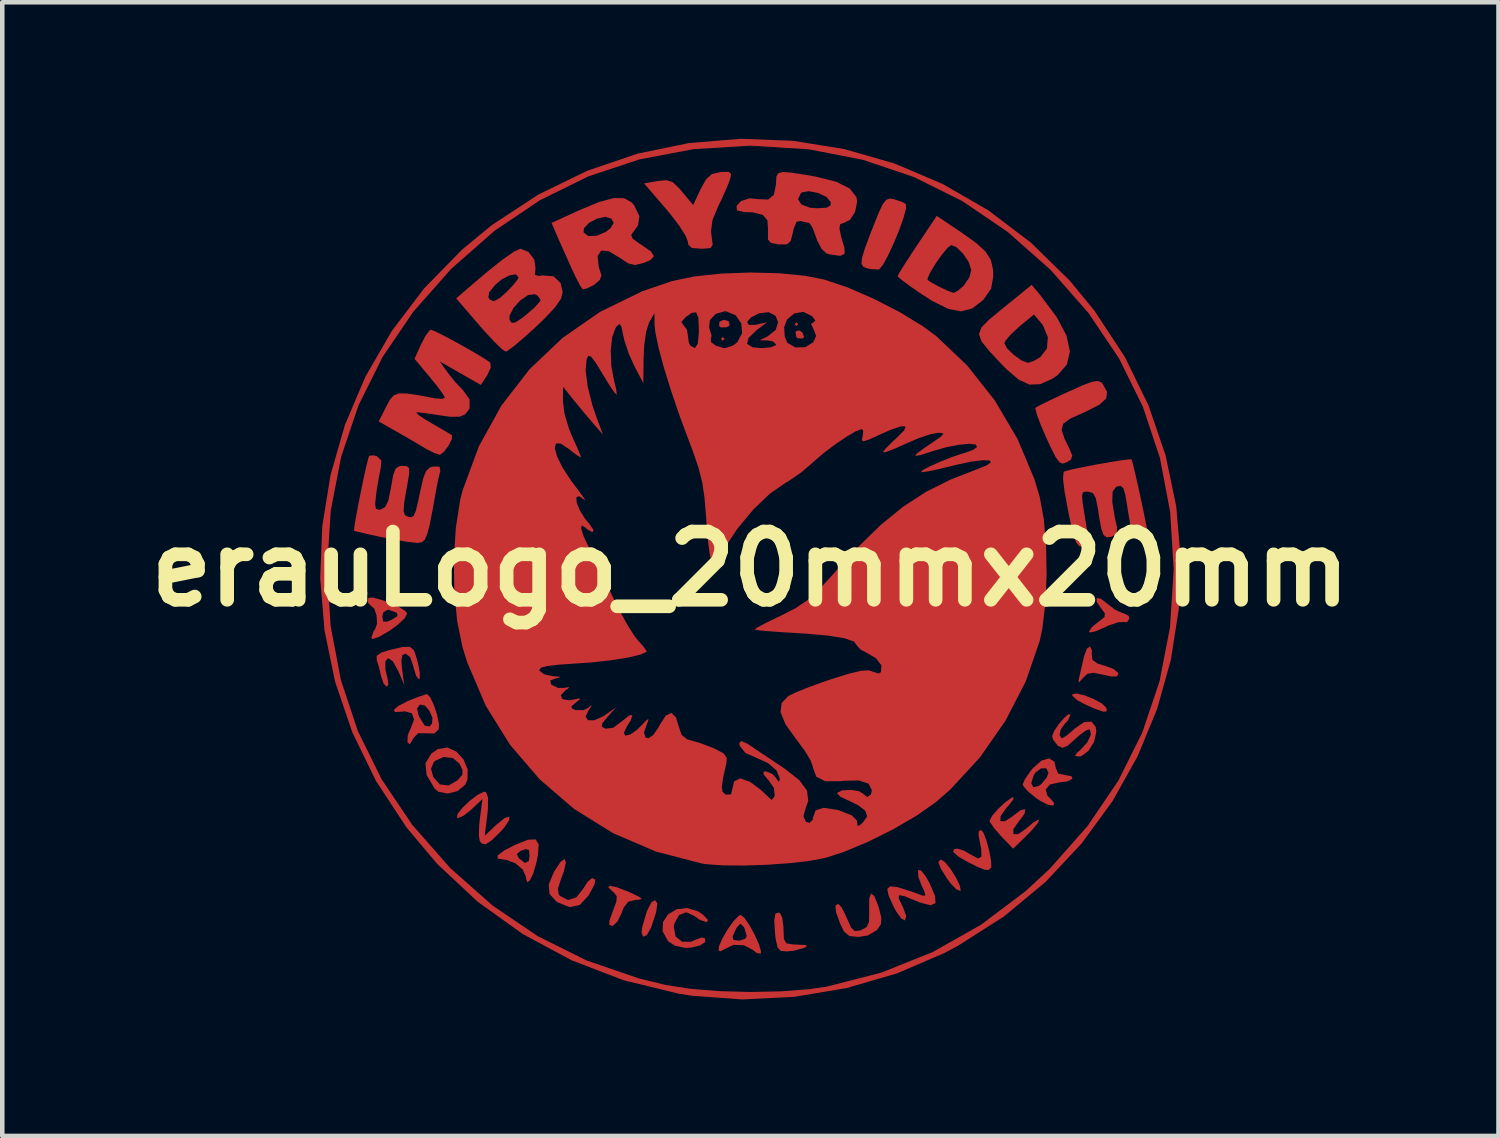
<source format=kicad_pcb>
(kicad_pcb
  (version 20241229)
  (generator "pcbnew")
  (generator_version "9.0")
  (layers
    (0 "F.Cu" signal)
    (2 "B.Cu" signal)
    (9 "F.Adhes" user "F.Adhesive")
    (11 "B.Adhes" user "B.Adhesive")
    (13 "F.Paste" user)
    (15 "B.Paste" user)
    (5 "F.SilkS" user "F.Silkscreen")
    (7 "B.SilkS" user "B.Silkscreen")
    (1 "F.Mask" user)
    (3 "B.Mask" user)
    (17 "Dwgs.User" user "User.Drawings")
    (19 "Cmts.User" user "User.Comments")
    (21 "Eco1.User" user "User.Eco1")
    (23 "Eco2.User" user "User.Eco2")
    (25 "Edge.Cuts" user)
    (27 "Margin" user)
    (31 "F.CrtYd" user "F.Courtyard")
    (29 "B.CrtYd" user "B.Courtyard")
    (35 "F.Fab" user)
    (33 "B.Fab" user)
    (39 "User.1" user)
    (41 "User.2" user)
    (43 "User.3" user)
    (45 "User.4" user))
  (footprint "erauLogo_20mmx20mm"
    (layer "F.Cu")
    (at 13.443 9.455)
    (property "Reference" "erauLogo_20mmx20mm" (at 0 0 0) (layer "F.SilkS") (effects (font (size 1.5 1.5) (thickness 0.3))))
    (attr board_only exclude_from_pos_files exclude_from_bom)
    (fp_poly (pts (xy -0.566 -5.056) (xy -0.607 -5.015) (xy -0.647 -5.056) (xy -0.607 -5.096)) (stroke (width 0) (type solid)) (fill yes) (layer "F.Cu"))
    (fp_poly (pts (xy 1.052 -5.379) (xy 1.011 -5.339) (xy 0.971 -5.379) (xy 1.011 -5.42)) (stroke (width 0) (type solid)) (fill yes) (layer "F.Cu"))
    (fp_poly (pts (xy 1.141 -5.201) (xy 1.181 -5.1) (xy 1.145 -5.064) (xy 1.036 -5.071) (xy 1.009 -5.1) (xy 0.99 -5.215) (xy 1.068 -5.246)) (stroke (width 0) (type solid)) (fill yes) (layer "F.Cu"))
    (fp_poly (pts (xy -0.478 -5.445) (xy -0.473 -5.44) (xy -0.455 -5.352) (xy -0.518 -5.313) (xy -0.649 -5.308) (xy -0.686 -5.337) (xy -0.682 -5.43) (xy -0.588 -5.477)) (stroke (width 0) (type solid)) (fill yes) (layer "F.Cu"))
    (fp_poly (pts (xy -2.044 7.349) (xy -2.073 7.553) (xy -2.183 7.883) (xy -2.277 8.05) (xy -2.358 8.083) (xy -2.393 7.988) (xy -2.376 7.867) (xy -2.274 7.518) (xy -2.175 7.326) (xy -2.096 7.28)) (stroke (width 0) (type solid)) (fill yes) (layer "F.Cu"))
    (fp_poly (pts (xy 4.285 6.451) (xy 4.402 6.598) (xy 4.518 6.783) (xy 4.602 6.955) (xy 4.623 7.064) (xy 4.614 7.076) (xy 4.528 7.044) (xy 4.398 6.909) (xy 4.332 6.819) (xy 4.181 6.579) (xy 4.131 6.443) (xy 4.174 6.392) (xy 4.196 6.39)) (stroke (width 0) (type solid)) (fill yes) (layer "F.Cu"))
    (fp_poly (pts (xy 7.348 2.78) (xy 7.553 2.863) (xy 7.731 2.961) (xy 7.826 3.055) (xy 7.828 3.059) (xy 7.832 3.13) (xy 7.761 3.138) (xy 7.589 3.08) (xy 7.376 2.988) (xy 7.182 2.883) (xy 7.079 2.79) (xy 7.075 2.756) (xy 7.17 2.737)) (stroke (width 0) (type solid)) (fill yes) (layer "F.Cu"))
    (fp_poly (pts (xy 0.653 7.567) (xy 0.701 7.67) (xy 0.727 7.87) (xy 0.728 7.932) (xy 0.737 8.137) (xy 0.793 8.229) (xy 0.941 8.254) (xy 1.031 8.257) (xy 1.211 8.267) (xy 1.245 8.293) (xy 1.173 8.332) (xy 0.962 8.389) (xy 0.799 8.407) (xy 0.669 8.395) (xy 0.598 8.323) (xy 0.559 8.149) (xy 0.544 8.029) (xy 0.524 7.73) (xy 0.55 7.575) (xy 0.626 7.553)) (stroke (width 0) (type solid)) (fill yes) (layer "F.Cu"))
    (fp_poly (pts (xy 7.504 1.779) (xy 7.502 1.876) (xy 7.52 2.002) (xy 7.636 2.082) (xy 7.786 2.126) (xy 7.98 2.198) (xy 8.084 2.284) (xy 8.089 2.305) (xy 8.055 2.364) (xy 7.928 2.363) (xy 7.762 2.327) (xy 7.541 2.283) (xy 7.411 2.304) (xy 7.311 2.396) (xy 7.224 2.494) (xy 7.211 2.458) (xy 7.236 2.346) (xy 7.292 2.103) (xy 7.333 1.921) (xy 7.396 1.753) (xy 7.464 1.703)) (stroke (width 0) (type solid)) (fill yes) (layer "F.Cu"))
    (fp_poly (pts (xy 7.706 0.656) (xy 7.831 0.753) (xy 8.012 0.895) (xy 8.171 0.968) (xy 8.195 0.971) (xy 8.312 1.028) (xy 8.332 1.089) (xy 8.277 1.172) (xy 8.218 1.165) (xy 8.082 1.173) (xy 7.871 1.244) (xy 7.773 1.29) (xy 7.579 1.374) (xy 7.46 1.396) (xy 7.442 1.379) (xy 7.503 1.281) (xy 7.647 1.164) (xy 7.782 1.06) (xy 7.792 0.976) (xy 7.728 0.893) (xy 7.612 0.726) (xy 7.611 0.638)) (stroke (width 0) (type solid)) (fill yes) (layer "F.Cu"))
    (fp_poly (pts (xy -2.938 6.996) (xy -2.707 7.084) (xy -2.629 7.118) (xy -2.44 7.21) (xy -2.387 7.255) (xy -2.458 7.272) (xy -2.522 7.274) (xy -2.683 7.313) (xy -2.786 7.445) (xy -2.831 7.563) (xy -2.92 7.749) (xy -3.021 7.843) (xy -3.039 7.846) (xy -3.102 7.823) (xy -3.097 7.728) (xy -3.025 7.525) (xy -3.022 7.519) (xy -2.946 7.311) (xy -2.937 7.194) (xy -2.998 7.113) (xy -3.043 7.077) (xy -3.128 6.99) (xy -3.085 6.964)) (stroke (width 0) (type solid)) (fill yes) (layer "F.Cu"))
    (fp_poly (pts (xy 3.155 -8.127) (xy 3.332 -8.068) (xy 3.418 -8.019) (xy 3.42 -7.918) (xy 3.365 -7.714) (xy 3.271 -7.449) (xy 3.153 -7.163) (xy 3.029 -6.896) (xy 2.917 -6.69) (xy 2.832 -6.586) (xy 2.819 -6.581) (xy 2.647 -6.591) (xy 2.568 -6.607) (xy 2.482 -6.642) (xy 2.442 -6.709) (xy 2.452 -6.833) (xy 2.516 -7.043) (xy 2.636 -7.366) (xy 2.69 -7.503) (xy 2.818 -7.823) (xy 2.91 -8.018) (xy 2.987 -8.115) (xy 3.068 -8.141)) (stroke (width 0) (type solid)) (fill yes) (layer "F.Cu"))
    (fp_poly (pts (xy 5.127 5.806) (xy 5.19 5.976) (xy 5.249 6.194) (xy 5.289 6.402) (xy 5.296 6.545) (xy 5.289 6.567) (xy 5.24 6.616) (xy 5.156 6.614) (xy 4.999 6.551) (xy 4.793 6.45) (xy 4.563 6.317) (xy 4.456 6.215) (xy 4.481 6.156) (xy 4.552 6.148) (xy 4.692 6.191) (xy 4.841 6.277) (xy 5.004 6.365) (xy 5.079 6.325) (xy 5.073 6.15) (xy 5.057 6.074) (xy 5.017 5.864) (xy 5.019 5.768) (xy 5.067 5.739) (xy 5.075 5.738)) (stroke (width 0) (type solid)) (fill yes) (layer "F.Cu"))
    (fp_poly (pts (xy -4.055 6.449) (xy -4.098 6.644) (xy -4.162 6.813) (xy -4.231 7.028) (xy -4.211 7.156) (xy -4.186 7.187) (xy -4.007 7.277) (xy -3.825 7.218) (xy -3.681 7.038) (xy -3.574 6.873) (xy -3.483 6.796) (xy -3.476 6.795) (xy -3.407 6.827) (xy -3.427 6.939) (xy -3.543 7.153) (xy -3.558 7.179) (xy -3.749 7.385) (xy -3.975 7.433) (xy -4.24 7.325) (xy -4.267 7.307) (xy -4.415 7.143) (xy -4.432 6.935) (xy -4.317 6.657) (xy -4.307 6.64) (xy -4.17 6.436) (xy -4.082 6.376)) (stroke (width 0) (type solid)) (fill yes) (layer "F.Cu"))
    (fp_poly (pts (xy -5.814 4.9) (xy -5.767 5.019) (xy -5.769 5.279) (xy -5.783 5.409) (xy -5.839 5.865) (xy -5.59 5.628) (xy -5.4 5.475) (xy -5.3 5.444) (xy -5.3 5.52) (xy -5.409 5.683) (xy -5.502 5.785) (xy -5.699 5.976) (xy -5.824 6.054) (xy -5.907 6.034) (xy -5.948 5.982) (xy -5.968 5.859) (xy -5.961 5.636) (xy -5.944 5.477) (xy -5.888 5.056) (xy -6.138 5.293) (xy -6.304 5.424) (xy -6.425 5.476) (xy -6.45 5.468) (xy -6.435 5.384) (xy -6.327 5.248) (xy -6.168 5.096) (xy -5.999 4.968) (xy -5.862 4.899)) (stroke (width 0) (type solid)) (fill yes) (layer "F.Cu"))
    (fp_poly (pts (xy -1.147 7.527) (xy -1.04 7.601) (xy -0.929 7.718) (xy -0.957 7.763) (xy -0.964 7.763) (xy -1.109 7.714) (xy -1.232 7.627) (xy -1.41 7.546) (xy -1.567 7.606) (xy -1.668 7.79) (xy -1.683 7.869) (xy -1.645 8.075) (xy -1.503 8.194) (xy -1.306 8.195) (xy -1.219 8.155) (xy -1.072 8.1) (xy -0.997 8.117) (xy -0.991 8.2) (xy -1.107 8.275) (xy -1.304 8.323) (xy -1.423 8.331) (xy -1.654 8.283) (xy -1.808 8.184) (xy -1.93 7.964) (xy -1.92 7.759) (xy -1.808 7.591) (xy -1.622 7.481) (xy -1.392 7.452)) (stroke (width 0) (type solid)) (fill yes) (layer "F.Cu"))
    (fp_poly (pts (xy 2.723 7.19) (xy 2.811 7.406) (xy 2.824 7.45) (xy 2.879 7.673) (xy 2.868 7.813) (xy 2.785 7.933) (xy 2.784 7.935) (xy 2.578 8.057) (xy 2.37 8.089) (xy 2.174 8.067) (xy 2.057 7.968) (xy 1.978 7.809) (xy 1.882 7.543) (xy 1.87 7.4) (xy 1.929 7.361) (xy 1.998 7.429) (xy 2.089 7.601) (xy 2.125 7.685) (xy 2.214 7.884) (xy 2.296 7.961) (xy 2.41 7.947) (xy 2.44 7.936) (xy 2.557 7.87) (xy 2.607 7.756) (xy 2.612 7.542) (xy 2.609 7.491) (xy 2.613 7.234) (xy 2.654 7.133)) (stroke (width 0) (type solid)) (fill yes) (layer "F.Cu"))
    (fp_poly (pts (xy -6.463 4.014) (xy -6.305 4.187) (xy -6.214 4.407) (xy -6.219 4.635) (xy -6.269 4.743) (xy -6.435 4.882) (xy -6.653 4.937) (xy -6.855 4.898) (xy -6.936 4.833) (xy -7.116 4.53) (xy -7.13 4.391) (xy -7.02 4.391) (xy -6.97 4.573) (xy -6.826 4.736) (xy -6.632 4.76) (xy -6.437 4.645) (xy -6.332 4.525) (xy -6.326 4.422) (xy -6.393 4.282) (xy -6.539 4.157) (xy -6.741 4.134) (xy -6.928 4.217) (xy -6.959 4.249) (xy -7.02 4.391) (xy -7.13 4.391) (xy -7.142 4.272) (xy -7.014 4.06) (xy -6.869 3.96) (xy -6.661 3.925)) (stroke (width 0) (type solid)) (fill yes) (layer "F.Cu"))
    (fp_poly (pts (xy -4.653 6.054) (xy -4.67 6.295) (xy -4.704 6.457) (xy -4.773 6.694) (xy -4.845 6.844) (xy -4.904 6.888) (xy -4.933 6.802) (xy -4.934 6.767) (xy -5.003 6.608) (xy -5.169 6.467) (xy -5.368 6.393) (xy -5.406 6.39) (xy -5.556 6.366) (xy -5.554 6.296) (xy -5.514 6.266) (xy -5.135 6.266) (xy -5.088 6.359) (xy -4.957 6.463) (xy -4.872 6.421) (xy -4.854 6.31) (xy -4.866 6.177) (xy -4.939 6.159) (xy -5.051 6.198) (xy -5.135 6.266) (xy -5.514 6.266) (xy -5.406 6.185) (xy -5.175 6.066) (xy -4.891 5.952) (xy -4.721 5.944)) (stroke (width 0) (type solid)) (fill yes) (layer "F.Cu"))
    (fp_poly (pts (xy 3.754 6.629) (xy 3.86 6.767) (xy 3.942 6.914) (xy 4.06 7.189) (xy 4.068 7.346) (xy 3.961 7.392) (xy 3.733 7.334) (xy 3.613 7.286) (xy 3.376 7.189) (xy 3.266 7.171) (xy 3.262 7.243) (xy 3.345 7.419) (xy 3.357 7.441) (xy 3.425 7.631) (xy 3.398 7.725) (xy 3.321 7.688) (xy 3.211 7.539) (xy 3.14 7.408) (xy 3.037 7.176) (xy 3.009 7.034) (xy 3.071 6.976) (xy 3.239 6.995) (xy 3.529 7.087) (xy 3.79 7.182) (xy 3.847 7.177) (xy 3.818 7.072) (xy 3.766 6.966) (xy 3.692 6.772) (xy 3.684 6.631) (xy 3.69 6.618)) (stroke (width 0) (type solid)) (fill yes) (layer "F.Cu"))
    (fp_poly (pts (xy 7.705 -4.106) (xy 7.745 -4.064) (xy 7.841 -3.891) (xy 7.82 -3.746) (xy 7.669 -3.608) (xy 7.376 -3.459) (xy 7.319 -3.434) (xy 7.031 -3.304) (xy 6.877 -3.193) (xy 6.84 -3.059) (xy 6.905 -2.863) (xy 7.008 -2.652) (xy 7.075 -2.491) (xy 7.045 -2.403) (xy 6.955 -2.345) (xy 6.869 -2.314) (xy 6.795 -2.343) (xy 6.711 -2.456) (xy 6.598 -2.679) (xy 6.506 -2.878) (xy 6.382 -3.165) (xy 6.297 -3.393) (xy 6.263 -3.525) (xy 6.266 -3.542) (xy 6.354 -3.593) (xy 6.554 -3.692) (xy 6.83 -3.823) (xy 6.976 -3.89) (xy 7.296 -4.033) (xy 7.503 -4.111) (xy 7.629 -4.133)) (stroke (width 0) (type solid)) (fill yes) (layer "F.Cu"))
    (fp_poly (pts (xy -0.423 -8.682) (xy -0.448 -8.56) (xy -0.518 -8.38) (xy -0.631 -8.128) (xy -0.705 -7.977) (xy -0.833 -7.669) (xy -0.866 -7.42) (xy -0.853 -7.31) (xy -0.828 -7.128) (xy -0.876 -7.053) (xy -1.037 -7.038) (xy -1.088 -7.038) (xy -1.285 -7.055) (xy -1.365 -7.125) (xy -1.375 -7.197) (xy -1.426 -7.327) (xy -1.561 -7.539) (xy -1.757 -7.797) (xy -1.856 -7.915) (xy -2.337 -8.474) (xy -2.038 -8.526) (xy -1.842 -8.545) (xy -1.703 -8.498) (xy -1.556 -8.356) (xy -1.499 -8.288) (xy -1.258 -7.999) (xy -1.094 -8.347) (xy -0.971 -8.569) (xy -0.846 -8.679) (xy -0.668 -8.721) (xy -0.66 -8.722) (xy -0.48 -8.729)) (stroke (width 0) (type solid)) (fill yes) (layer "F.Cu"))
    (fp_poly (pts (xy -0.13 7.67) (xy -0.018 7.833) (xy 0.097 8.045) (xy 0.19 8.254) (xy 0.234 8.409) (xy 0.226 8.457) (xy 0.142 8.443) (xy 0.056 8.376) (xy -0.138 8.272) (xy -0.368 8.262) (xy -0.549 8.347) (xy -0.656 8.404) (xy -0.696 8.391) (xy -0.692 8.295) (xy -0.615 8.121) (xy -0.592 8.081) (xy -0.392 8.081) (xy -0.37 8.155) (xy -0.243 8.17) (xy -0.112 8.128) (xy -0.082 8.069) (xy -0.124 7.913) (xy -0.154 7.856) (xy -0.223 7.798) (xy -0.297 7.879) (xy -0.315 7.911) (xy -0.392 8.081) (xy -0.592 8.081) (xy -0.497 7.918) (xy -0.366 7.736) (xy -0.253 7.621) (xy -0.213 7.604)) (stroke (width 0) (type solid)) (fill yes) (layer "F.Cu"))
    (fp_poly (pts (xy -8.102 0.683) (xy -7.988 0.72) (xy -7.75 0.819) (xy -7.587 0.921) (xy -7.543 0.978) (xy -7.595 1.08) (xy -7.75 1.227) (xy -7.927 1.356) (xy -8.164 1.494) (xy -8.302 1.54) (xy -8.332 1.513) (xy -8.279 1.363) (xy -8.246 1.322) (xy -8.205 1.199) (xy -8.215 1.05) (xy -8.089 1.05) (xy -8.071 1.157) (xy -7.986 1.159) (xy -7.885 1.117) (xy -7.754 1.035) (xy -7.77 0.967) (xy -7.784 0.958) (xy -7.963 0.893) (xy -8.07 0.956) (xy -8.089 1.05) (xy -8.215 1.05) (xy -8.216 1.025) (xy -8.268 0.871) (xy -8.341 0.809) (xy -8.405 0.744) (xy -8.413 0.693) (xy -8.389 0.633) (xy -8.297 0.629)) (stroke (width 0) (type solid)) (fill yes) (layer "F.Cu"))
    (fp_poly (pts (xy -7.396 1.786) (xy -7.335 1.961) (xy -7.31 2.058) (xy -7.268 2.273) (xy -7.268 2.406) (xy -7.285 2.427) (xy -7.344 2.356) (xy -7.399 2.182) (xy -7.407 2.144) (xy -7.477 1.94) (xy -7.576 1.861) (xy -7.579 1.861) (xy -7.652 1.896) (xy -7.671 2.027) (xy -7.654 2.204) (xy -7.609 2.548) (xy -7.74 2.242) (xy -7.861 2.028) (xy -7.962 1.961) (xy -8.022 2.028) (xy -8.022 2.214) (xy -7.975 2.407) (xy -7.957 2.546) (xy -7.993 2.589) (xy -8.062 2.519) (xy -8.114 2.366) (xy -8.167 2.147) (xy -8.212 2.005) (xy -8.215 1.91) (xy -8.115 1.839) (xy -7.915 1.778) (xy -7.643 1.715) (xy -7.484 1.711)) (stroke (width 0) (type solid)) (fill yes) (layer "F.Cu"))
    (fp_poly (pts (xy 5.779 5.066) (xy 5.683 5.192) (xy 5.63 5.249) (xy 5.499 5.433) (xy 5.494 5.541) (xy 5.593 5.548) (xy 5.772 5.431) (xy 5.789 5.414) (xy 5.936 5.305) (xy 6.034 5.281) (xy 6.04 5.285) (xy 6.028 5.374) (xy 5.927 5.517) (xy 5.91 5.535) (xy 5.781 5.719) (xy 5.78 5.826) (xy 5.881 5.831) (xy 6.059 5.71) (xy 6.075 5.695) (xy 6.23 5.564) (xy 6.333 5.509) (xy 6.348 5.512) (xy 6.318 5.585) (xy 6.198 5.73) (xy 6.082 5.85) (xy 5.776 6.149) (xy 5.517 5.881) (xy 5.362 5.705) (xy 5.269 5.568) (xy 5.258 5.532) (xy 5.314 5.425) (xy 5.448 5.271) (xy 5.609 5.122) (xy 5.745 5.027) (xy 5.783 5.015)) (stroke (width 0) (type solid)) (fill yes) (layer "F.Cu"))
    (fp_poly (pts (xy 6.681 4.234) (xy 6.714 4.377) (xy 6.765 4.497) (xy 6.921 4.53) (xy 7.059 4.556) (xy 7.078 4.611) (xy 6.969 4.669) (xy 6.788 4.692) (xy 6.585 4.737) (xy 6.492 4.847) (xy 6.529 4.985) (xy 6.595 5.047) (xy 6.678 5.148) (xy 6.659 5.201) (xy 6.551 5.188) (xy 6.371 5.097) (xy 6.283 5.039) (xy 6.104 4.893) (xy 5.998 4.77) (xy 5.986 4.736) (xy 5.998 4.709) (xy 6.173 4.709) (xy 6.219 4.798) (xy 6.341 4.769) (xy 6.398 4.725) (xy 6.516 4.579) (xy 6.552 4.477) (xy 6.502 4.381) (xy 6.387 4.384) (xy 6.264 4.477) (xy 6.228 4.532) (xy 6.173 4.709) (xy 5.998 4.709) (xy 6.034 4.622) (xy 6.155 4.446) (xy 6.208 4.38) (xy 6.398 4.213) (xy 6.566 4.164)) (stroke (width 0) (type solid)) (fill yes) (layer "F.Cu"))
    (fp_poly (pts (xy 7.035 3.206) (xy 6.981 3.329) (xy 6.916 3.397) (xy 6.825 3.52) (xy 6.794 3.65) (xy 6.838 3.72) (xy 6.851 3.721) (xy 6.941 3.67) (xy 7.091 3.544) (xy 7.129 3.508) (xy 7.334 3.367) (xy 7.497 3.356) (xy 7.59 3.472) (xy 7.604 3.579) (xy 7.554 3.802) (xy 7.43 3.999) (xy 7.274 4.114) (xy 7.215 4.124) (xy 7.135 4.107) (xy 7.177 4.043) (xy 7.248 3.982) (xy 7.406 3.81) (xy 7.484 3.64) (xy 7.462 3.525) (xy 7.38 3.546) (xy 7.231 3.656) (xy 7.147 3.732) (xy 6.973 3.886) (xy 6.859 3.932) (xy 6.762 3.889) (xy 6.758 3.886) (xy 6.653 3.75) (xy 6.633 3.675) (xy 6.673 3.567) (xy 6.767 3.425) (xy 6.883 3.288) (xy 6.983 3.198) (xy 7.034 3.196)) (stroke (width 0) (type solid)) (fill yes) (layer "F.Cu"))
    (fp_poly (pts (xy 6.375 -6.014) (xy 6.733 -5.535) (xy 6.949 -5.126) (xy 7.023 -4.781) (xy 6.957 -4.493) (xy 6.75 -4.257) (xy 6.634 -4.179) (xy 6.37 -4.061) (xy 6.135 -4.051) (xy 5.895 -4.161) (xy 5.618 -4.4) (xy 5.521 -4.5) (xy 5.247 -4.793) (xy 5.112 -4.96) (xy 5.583 -4.96) (xy 5.643 -4.847) (xy 5.788 -4.706) (xy 5.958 -4.584) (xy 6.097 -4.53) (xy 6.1 -4.53) (xy 6.231 -4.573) (xy 6.372 -4.656) (xy 6.518 -4.846) (xy 6.538 -5.093) (xy 6.432 -5.351) (xy 6.39 -5.406) (xy 6.233 -5.594) (xy 5.909 -5.325) (xy 5.724 -5.155) (xy 5.606 -5.014) (xy 5.583 -4.96) (xy 5.112 -4.96) (xy 5.08 -5.001) (xy 5.024 -5.16) (xy 5.078 -5.307) (xy 5.244 -5.478) (xy 5.524 -5.708) (xy 5.562 -5.739) (xy 6.183 -6.244)) (stroke (width 0) (type solid)) (fill yes) (layer "F.Cu"))
    (fp_poly (pts (xy -7.037 2.82) (xy -6.957 2.991) (xy -6.887 3.205) (xy -6.845 3.404) (xy -6.849 3.524) (xy -6.945 3.617) (xy -7.12 3.612) (xy -7.301 3.609) (xy -7.405 3.716) (xy -7.419 3.744) (xy -7.485 3.854) (xy -7.532 3.817) (xy -7.538 3.8) (xy -7.529 3.645) (xy -7.468 3.51) (xy -7.392 3.309) (xy -7.441 3.172) (xy -7.6 3.129) (xy -7.648 3.136) (xy -7.809 3.146) (xy -7.837 3.099) (xy -7.798 3.064) (xy -7.327 3.064) (xy -7.297 3.205) (xy -7.271 3.263) (xy -7.159 3.443) (xy -7.056 3.463) (xy -6.998 3.399) (xy -6.988 3.271) (xy -7.054 3.119) (xy -7.156 3.002) (xy -7.259 2.98) (xy -7.265 2.983) (xy -7.327 3.064) (xy -7.798 3.064) (xy -7.743 3.014) (xy -7.537 2.907) (xy -7.502 2.892) (xy -7.285 2.807) (xy -7.137 2.757) (xy -7.106 2.75)) (stroke (width 0) (type solid)) (fill yes) (layer "F.Cu"))
    (fp_poly (pts (xy 4.633 -7.399) (xy 4.961 -7.166) (xy 5.17 -6.974) (xy 5.286 -6.79) (xy 5.333 -6.579) (xy 5.339 -6.43) (xy 5.291 -6.16) (xy 5.126 -5.923) (xy 5.102 -5.899) (xy 4.873 -5.724) (xy 4.631 -5.662) (xy 4.348 -5.716) (xy 4 -5.889) (xy 3.781 -6.028) (xy 3.528 -6.202) (xy 3.338 -6.342) (xy 3.282 -6.39) (xy 3.895 -6.39) (xy 3.895 -6.351) (xy 3.998 -6.284) (xy 4.173 -6.191) (xy 4.352 -6.108) (xy 4.465 -6.068) (xy 4.469 -6.067) (xy 4.565 -6.119) (xy 4.692 -6.229) (xy 4.813 -6.411) (xy 4.854 -6.567) (xy 4.801 -6.741) (xy 4.676 -6.929) (xy 4.525 -7.074) (xy 4.415 -7.118) (xy 4.334 -7.058) (xy 4.21 -6.909) (xy 4.074 -6.717) (xy 3.959 -6.528) (xy 3.895 -6.39) (xy 3.282 -6.39) (xy 3.242 -6.425) (xy 3.236 -6.435) (xy 3.278 -6.515) (xy 3.391 -6.698) (xy 3.556 -6.952) (xy 3.666 -7.118) (xy 4.095 -7.76)) (stroke (width 0) (type solid)) (fill yes) (layer "F.Cu"))
    (fp_poly (pts (xy -2.771 -8.148) (xy -2.607 -8.055) (xy -2.553 -7.99) (xy -2.439 -7.753) (xy -2.471 -7.55) (xy -2.552 -7.437) (xy -2.619 -7.342) (xy -2.591 -7.262) (xy -2.448 -7.157) (xy -2.391 -7.121) (xy -2.182 -6.975) (xy -2.119 -6.871) (xy -2.201 -6.786) (xy -2.353 -6.724) (xy -2.536 -6.68) (xy -2.688 -6.717) (xy -2.869 -6.838) (xy -3.116 -6.985) (xy -3.281 -6.996) (xy -3.357 -6.878) (xy -3.334 -6.64) (xy -3.273 -6.453) (xy -3.309 -6.353) (xy -3.438 -6.241) (xy -3.602 -6.162) (xy -3.685 -6.148) (xy -3.735 -6.215) (xy -3.829 -6.392) (xy -3.933 -6.613) (xy -4.066 -6.911) (xy -4.191 -7.191) (xy -4.257 -7.342) (xy -4.281 -7.398) (xy -3.668 -7.398) (xy -3.563 -7.317) (xy -3.383 -7.323) (xy -3.182 -7.406) (xy -3.077 -7.487) (xy -3.004 -7.604) (xy -3.056 -7.7) (xy -3.189 -7.74) (xy -3.371 -7.7) (xy -3.546 -7.607) (xy -3.658 -7.489) (xy -3.668 -7.398) (xy -4.281 -7.398) (xy -4.371 -7.606) (xy -3.753 -7.888) (xy -3.323 -8.066) (xy -3.003 -8.152)) (stroke (width 0) (type solid)) (fill yes) (layer "F.Cu"))
    (fp_poly (pts (xy 8.378 -2.408) (xy 8.403 -2.324) (xy 8.452 -2.124) (xy 8.515 -1.847) (xy 8.584 -1.535) (xy 8.648 -1.229) (xy 8.701 -0.97) (xy 8.732 -0.8) (xy 8.736 -0.76) (xy 8.669 -0.733) (xy 8.583 -0.728) (xy 8.475 -0.748) (xy 8.401 -0.83) (xy 8.345 -1.005) (xy 8.293 -1.306) (xy 8.288 -1.345) (xy 8.242 -1.625) (xy 8.198 -1.775) (xy 8.139 -1.826) (xy 8.048 -1.809) (xy 8.038 -1.805) (xy 7.962 -1.701) (xy 7.954 -1.471) (xy 8.015 -1.105) (xy 8.059 -0.921) (xy 8.049 -0.771) (xy 7.936 -0.707) (xy 7.834 -0.695) (xy 7.764 -0.744) (xy 7.713 -0.882) (xy 7.666 -1.137) (xy 7.64 -1.314) (xy 7.593 -1.553) (xy 7.528 -1.669) (xy 7.423 -1.699) (xy 7.352 -1.699) (xy 7.308 -1.68) (xy 7.291 -1.615) (xy 7.3 -1.478) (xy 7.336 -1.24) (xy 7.397 -0.875) (xy 7.412 -0.789) (xy 7.435 -0.59) (xy 7.402 -0.504) (xy 7.302 -0.485) (xy 7.225 -0.505) (xy 7.162 -0.581) (xy 7.104 -0.742) (xy 7.038 -1.014) (xy 6.979 -1.301) (xy 6.904 -1.712) (xy 6.872 -1.981) (xy 6.883 -2.12) (xy 6.907 -2.146) (xy 7.069 -2.188) (xy 7.32 -2.241) (xy 7.615 -2.297) (xy 7.911 -2.349) (xy 8.165 -2.389) (xy 8.334 -2.409)) (stroke (width 0) (type solid)) (fill yes) (layer "F.Cu"))
    (fp_poly (pts (xy -6.925 -5.22) (xy -6.728 -5.122) (xy -6.475 -4.987) (xy -6.205 -4.836) (xy -5.96 -4.693) (xy -5.781 -4.581) (xy -5.716 -4.533) (xy -5.707 -4.427) (xy -5.781 -4.262) (xy -5.786 -4.255) (xy -5.924 -4.044) (xy -6.376 -4.302) (xy -6.828 -4.561) (xy -6.658 -4.323) (xy -6.49 -4.111) (xy -6.32 -3.932) (xy -6.318 -3.931) (xy -6.172 -3.726) (xy -6.172 -3.526) (xy -6.267 -3.399) (xy -6.39 -3.346) (xy -6.595 -3.344) (xy -6.854 -3.381) (xy -7.108 -3.42) (xy -7.288 -3.44) (xy -7.347 -3.437) (xy -7.298 -3.387) (xy -7.145 -3.284) (xy -6.983 -3.188) (xy -6.763 -3.061) (xy -6.606 -2.968) (xy -6.559 -2.938) (xy -6.562 -2.854) (xy -6.633 -2.712) (xy -6.733 -2.577) (xy -6.822 -2.51) (xy -6.829 -2.509) (xy -6.952 -2.549) (xy -7.137 -2.645) (xy -7.159 -2.658) (xy -7.375 -2.787) (xy -7.649 -2.946) (xy -7.786 -3.024) (xy -8.17 -3.242) (xy -8.003 -3.569) (xy -7.921 -3.721) (xy -7.84 -3.815) (xy -7.725 -3.858) (xy -7.545 -3.856) (xy -7.265 -3.813) (xy -6.936 -3.751) (xy -6.777 -3.737) (xy -6.714 -3.764) (xy -6.762 -3.85) (xy -6.888 -4.021) (xy -7.048 -4.219) (xy -7.382 -4.618) (xy -7.238 -4.938) (xy -7.135 -5.133) (xy -7.047 -5.247) (xy -7.023 -5.258)) (stroke (width 0) (type solid)) (fill yes) (layer "F.Cu"))
    (fp_poly (pts (xy -4.878 -6.968) (xy -4.751 -6.802) (xy -4.722 -6.606) (xy -4.725 -6.593) (xy -4.736 -6.465) (xy -4.65 -6.439) (xy -4.569 -6.452) (xy -4.328 -6.432) (xy -4.171 -6.285) (xy -4.125 -6.081) (xy -4.163 -5.939) (xy -4.286 -5.759) (xy -4.511 -5.516) (xy -4.712 -5.323) (xy -4.969 -5.091) (xy -5.186 -4.907) (xy -5.334 -4.797) (xy -5.379 -4.776) (xy -5.464 -4.834) (xy -5.625 -4.99) (xy -5.835 -5.215) (xy -5.963 -5.361) (xy -6.139 -5.566) (xy -5.294 -5.566) (xy -5.293 -5.476) (xy -5.246 -5.407) (xy -5.163 -5.419) (xy -5.007 -5.525) (xy -4.926 -5.588) (xy -4.744 -5.747) (xy -4.63 -5.873) (xy -4.611 -5.914) (xy -4.676 -6.006) (xy -4.739 -6.04) (xy -4.884 -6.021) (xy -5.056 -5.903) (xy -5.208 -5.736) (xy -5.294 -5.566) (xy -6.139 -5.566) (xy -6.466 -5.946) (xy -6.437 -5.971) (xy -5.761 -5.971) (xy -5.727 -5.921) (xy -5.638 -5.885) (xy -5.51 -5.952) (xy -5.363 -6.083) (xy -5.203 -6.25) (xy -5.108 -6.376) (xy -5.096 -6.406) (xy -5.152 -6.474) (xy -5.29 -6.455) (xy -5.466 -6.364) (xy -5.607 -6.245) (xy -5.742 -6.079) (xy -5.761 -5.971) (xy -6.437 -5.971) (xy -6.206 -6.172) (xy -5.782 -6.533) (xy -5.443 -6.802) (xy -5.199 -6.973) (xy -5.061 -7.037) (xy -5.054 -7.038)) (stroke (width 0) (type solid)) (fill yes) (layer "F.Cu"))
    (fp_poly (pts (xy -8.205 -2.476) (xy -8.112 -2.383) (xy -8.123 -2.224) (xy -8.165 -2.017) (xy -8.211 -1.743) (xy -8.224 -1.65) (xy -8.248 -1.425) (xy -8.232 -1.321) (xy -8.163 -1.301) (xy -8.122 -1.307) (xy -8.024 -1.364) (xy -7.955 -1.513) (xy -7.9 -1.788) (xy -7.898 -1.801) (xy -7.851 -2.065) (xy -7.797 -2.205) (xy -7.717 -2.259) (xy -7.645 -2.265) (xy -7.549 -2.259) (xy -7.502 -2.215) (xy -7.499 -2.1) (xy -7.535 -1.878) (xy -7.562 -1.732) (xy -7.611 -1.441) (xy -7.622 -1.27) (xy -7.593 -1.185) (xy -7.549 -1.156) (xy -7.462 -1.134) (xy -7.402 -1.166) (xy -7.352 -1.282) (xy -7.297 -1.511) (xy -7.257 -1.705) (xy -7.191 -1.992) (xy -7.127 -2.155) (xy -7.043 -2.231) (xy -6.966 -2.251) (xy -6.831 -2.247) (xy -6.815 -2.155) (xy -6.822 -2.13) (xy -6.867 -1.941) (xy -6.906 -1.739) (xy -6.987 -1.285) (xy -7.05 -0.966) (xy -7.104 -0.76) (xy -7.158 -0.641) (xy -7.221 -0.587) (xy -7.302 -0.574) (xy -7.347 -0.575) (xy -7.535 -0.596) (xy -7.819 -0.643) (xy -8.13 -0.704) (xy -8.409 -0.765) (xy -8.616 -0.813) (xy -8.71 -0.838) (xy -8.711 -0.839) (xy -8.706 -0.921) (xy -8.673 -1.12) (xy -8.622 -1.395) (xy -8.56 -1.706) (xy -8.497 -2.011) (xy -8.439 -2.27) (xy -8.395 -2.442) (xy -8.378 -2.488) (xy -8.28 -2.497)) (stroke (width 0) (type solid)) (fill yes) (layer "F.Cu"))
    (fp_poly (pts (xy 0.896 -8.712) (xy 1.197 -8.665) (xy 1.436 -8.623) (xy 1.888 -8.51) (xy 2.185 -8.36) (xy 2.33 -8.173) (xy 2.346 -8.071) (xy 2.301 -7.846) (xy 2.189 -7.671) (xy 2.05 -7.604) (xy 1.976 -7.58) (xy 1.957 -7.49) (xy 1.994 -7.302) (xy 2.066 -7.058) (xy 2.073 -6.928) (xy 1.977 -6.881) (xy 1.758 -6.912) (xy 1.68 -6.931) (xy 1.568 -7.028) (xy 1.466 -7.224) (xy 1.445 -7.286) (xy 1.372 -7.484) (xy 1.305 -7.595) (xy 1.288 -7.604) (xy 1.164 -7.63) (xy 1.109 -7.649) (xy 1.016 -7.631) (xy 0.952 -7.477) (xy 0.936 -7.402) (xy 0.886 -7.209) (xy 0.804 -7.134) (xy 0.637 -7.133) (xy 0.622 -7.134) (xy 0.452 -7.164) (xy 0.387 -7.242) (xy 0.387 -7.423) (xy 0.389 -7.451) (xy 0.375 -7.661) (xy 0.271 -7.783) (xy 0.051 -7.837) (xy -0.142 -7.845) (xy -0.296 -7.882) (xy -0.303 -7.979) (xy -0.206 -8.086) (xy -0.019 -8.146) (xy 0.169 -8.128) (xy 0.391 -8.119) (xy 0.398 -8.125) (xy 1.047 -8.125) (xy 1.122 -8.01) (xy 1.312 -7.939) (xy 1.459 -7.927) (xy 1.673 -7.94) (xy 1.761 -7.989) (xy 1.765 -8.064) (xy 1.673 -8.176) (xy 1.49 -8.263) (xy 1.285 -8.303) (xy 1.129 -8.276) (xy 1.111 -8.262) (xy 1.047 -8.125) (xy 0.398 -8.125) (xy 0.517 -8.224) (xy 0.564 -8.46) (xy 0.565 -8.514) (xy 0.572 -8.628) (xy 0.611 -8.697) (xy 0.71 -8.724)) (stroke (width 0) (type solid)) (fill yes) (layer "F.Cu"))
    (fp_poly (pts (xy 0.938 -9.41) (xy 2.066 -9.228) (xy 3.166 -8.912) (xy 4.225 -8.462) (xy 5.23 -7.882) (xy 6.166 -7.172) (xy 7.021 -6.335) (xy 7.562 -5.677) (xy 8.23 -4.66) (xy 8.75 -3.596) (xy 9.126 -2.497) (xy 9.36 -1.376) (xy 9.456 -0.246) (xy 9.416 0.881) (xy 9.243 1.993) (xy 8.94 3.077) (xy 8.51 4.12) (xy 7.956 5.109) (xy 7.281 6.033) (xy 6.488 6.879) (xy 5.579 7.634) (xy 4.559 8.285) (xy 4.264 8.442) (xy 3.224 8.889) (xy 2.115 9.212) (xy 0.971 9.404) (xy -0.177 9.462) (xy -1.296 9.38) (xy -1.577 9.335) (xy -2.787 9.04) (xy -3.934 8.6) (xy -5.006 8.023) (xy -5.994 7.315) (xy -6.885 6.482) (xy -7.562 5.677) (xy -8.229 4.66) (xy -8.75 3.59) (xy -9.127 2.483) (xy -9.361 1.35) (xy -9.455 0.205) (xy -9.447 0) (xy -9.303 0) (xy -9.227 1.248) (xy -9.002 2.436) (xy -8.628 3.562) (xy -8.104 4.625) (xy -7.432 5.624) (xy -6.612 6.557) (xy -6.585 6.585) (xy -5.662 7.402) (xy -4.669 8.074) (xy -3.599 8.606) (xy -2.444 9.002) (xy -1.861 9.144) (xy -1.328 9.227) (xy -0.691 9.279) (xy -0.005 9.298) (xy 0.675 9.284) (xy 1.295 9.236) (xy 1.681 9.18) (xy 2.88 8.872) (xy 4.011 8.418) (xy 5.069 7.82) (xy 6.049 7.082) (xy 6.585 6.585) (xy 7.409 5.653) (xy 8.086 4.656) (xy 8.614 3.595) (xy 8.993 2.471) (xy 9.223 1.285) (xy 9.302 0.039) (xy 9.303 0) (xy 9.227 -1.248) (xy 9.002 -2.436) (xy 8.628 -3.562) (xy 8.104 -4.625) (xy 7.432 -5.624) (xy 6.612 -6.557) (xy 6.585 -6.585) (xy 5.653 -7.409) (xy 4.656 -8.086) (xy 3.595 -8.614) (xy 2.471 -8.993) (xy 1.285 -9.223) (xy 0.039 -9.302) (xy 0 -9.303) (xy -1.248 -9.227) (xy -2.436 -9.002) (xy -3.562 -8.628) (xy -4.625 -8.104) (xy -5.624 -7.432) (xy -6.557 -6.612) (xy -6.585 -6.585) (xy -7.409 -5.653) (xy -8.086 -4.656) (xy -8.614 -3.595) (xy -8.993 -2.471) (xy -9.223 -1.285) (xy -9.302 -0.039) (xy -9.303 0) (xy -9.447 0) (xy -9.41 -0.938) (xy -9.228 -2.066) (xy -8.912 -3.166) (xy -8.462 -4.225) (xy -7.882 -5.23) (xy -7.172 -6.166) (xy -6.335 -7.021) (xy -5.677 -7.562) (xy -4.66 -8.229) (xy -3.59 -8.75) (xy -2.483 -9.127) (xy -1.35 -9.361) (xy -0.205 -9.455)) (stroke (width 0) (type solid)) (fill yes) (layer "F.Cu"))
    (fp_poly (pts (xy 0.633 -6.499) (xy 1.209 -6.443) (xy 1.618 -6.362) (xy 2.139 -6.187) (xy 2.711 -5.938) (xy 3.28 -5.646) (xy 3.787 -5.337) (xy 4.082 -5.121) (xy 4.768 -4.469) (xy 5.372 -3.703) (xy 5.872 -2.858) (xy 6.243 -1.972) (xy 6.361 -1.577) (xy 6.45 -1.09) (xy 6.5 -0.502) (xy 6.511 0.131) (xy 6.484 0.752) (xy 6.418 1.306) (xy 6.361 1.577) (xy 6.053 2.471) (xy 5.606 3.338) (xy 5.045 4.143) (xy 4.393 4.85) (xy 4.082 5.121) (xy 3.666 5.415) (xy 3.15 5.716) (xy 2.591 5.995) (xy 2.047 6.222) (xy 1.658 6.348) (xy 1.32 6.414) (xy 0.875 6.466) (xy 0.373 6.502) (xy -0.135 6.519) (xy -0.599 6.516) (xy -0.971 6.489) (xy -1.065 6.475) (xy -2.079 6.211) (xy -3.018 5.808) (xy -3.872 5.277) (xy -4.629 4.627) (xy -5.281 3.868) (xy -5.815 3.01) (xy -6.153 2.218) (xy -4.639 2.218) (xy -4.636 2.236) (xy -4.533 2.316) (xy -4.344 2.357) (xy -4.339 2.357) (xy -4.191 2.368) (xy -4.196 2.387) (xy -4.272 2.404) (xy -4.398 2.45) (xy -4.381 2.532) (xy -4.37 2.546) (xy -4.227 2.616) (xy -4.102 2.615) (xy -3.983 2.596) (xy -4.01 2.632) (xy -4.067 2.669) (xy -4.166 2.778) (xy -4.13 2.862) (xy -3.985 2.888) (xy -3.894 2.873) (xy -3.752 2.843) (xy -3.752 2.87) (xy -3.833 2.934) (xy -3.938 3.024) (xy -3.911 3.074) (xy -3.843 3.103) (xy -3.666 3.103) (xy -3.569 3.055) (xy -3.483 2.993) (xy -3.505 3.037) (xy -3.554 3.1) (xy -3.622 3.246) (xy -3.571 3.325) (xy -3.431 3.326) (xy -3.234 3.238) (xy -3.2 3.216) (xy -2.953 3.045) (xy -3.139 3.251) (xy -3.256 3.394) (xy -3.265 3.466) (xy -3.186 3.511) (xy -3.016 3.491) (xy -2.818 3.344) (xy -2.658 3.215) (xy -2.592 3.214) (xy -2.631 3.33) (xy -2.71 3.454) (xy -2.782 3.603) (xy -2.749 3.664) (xy -2.639 3.639) (xy -2.482 3.527) (xy -2.403 3.447) (xy -2.272 3.313) (xy -2.235 3.304) (xy -2.261 3.372) (xy -2.339 3.595) (xy -2.305 3.706) (xy -2.24 3.721) (xy -2.139 3.654) (xy -2.024 3.489) (xy -1.998 3.438) (xy -1.861 3.224) (xy -1.736 3.166) (xy -1.635 3.263) (xy -1.583 3.437) (xy -1.514 3.646) (xy -1.385 3.746) (xy -1.311 3.767) (xy -1.09 3.832) (xy -0.83 3.931) (xy -0.787 3.949) (xy -0.592 4.052) (xy -0.518 4.152) (xy -0.528 4.276) (xy -0.6 4.594) (xy -0.628 4.79) (xy -0.612 4.899) (xy -0.552 4.953) (xy -0.534 4.961) (xy -0.426 4.954) (xy -0.404 4.867) (xy -0.357 4.669) (xy -0.225 4.603) (xy -0.018 4.675) (xy 0.033 4.708) (xy 0.228 4.855) (xy 0.372 4.988) (xy 0.382 5) (xy 0.468 5.077) (xy 0.523 5.011) (xy 0.534 4.983) (xy 0.517 4.813) (xy 0.401 4.647) (xy 0.288 4.513) (xy 0.29 4.457) (xy 0.346 4.449) (xy 0.492 4.512) (xy 0.56 4.591) (xy 0.624 4.682) (xy 0.644 4.632) (xy 0.645 4.603) (xy 0.575 4.43) (xy 0.39 4.268) (xy 0.162 4.166) (xy -0.111 4.043) (xy -0.236 3.885) (xy -0.243 3.831) (xy -0.204 3.782) (xy -0.076 3.835) (xy 0.027 3.902) (xy 0.24 4.046) (xy 0.521 4.234) (xy 0.754 4.39) (xy 1.074 4.641) (xy 1.244 4.872) (xy 1.272 5.098) (xy 1.217 5.252) (xy 1.166 5.436) (xy 1.22 5.558) (xy 1.299 5.582) (xy 1.368 5.517) (xy 1.375 5.47) (xy 1.433 5.308) (xy 1.609 5.25) (xy 1.906 5.295) (xy 1.962 5.311) (xy 2.228 5.416) (xy 2.341 5.529) (xy 2.346 5.561) (xy 2.357 5.652) (xy 2.417 5.624) (xy 2.48 5.562) (xy 2.568 5.437) (xy 2.527 5.322) (xy 2.513 5.305) (xy 2.369 5.194) (xy 2.156 5.09) (xy 2.14 5.084) (xy 1.973 5.004) (xy 1.907 4.931) (xy 1.91 4.92) (xy 2.02 4.867) (xy 2.205 4.856) (xy 2.383 4.884) (xy 2.467 4.934) (xy 2.571 5.014) (xy 2.653 4.954) (xy 2.669 4.863) (xy 2.598 4.72) (xy 2.388 4.65) (xy 2.046 4.656) (xy 1.968 4.666) (xy 1.648 4.666) (xy 1.449 4.567) (xy 1.375 4.37) (xy 1.375 4.353) (xy 1.326 4.214) (xy 1.198 4) (xy 1.017 3.756) (xy 1.011 3.749) (xy 0.77 3.412) (xy 0.663 3.148) (xy 0.687 2.946) (xy 0.832 2.795) (xy 0.987 2.718) (xy 1.253 2.61) (xy 1.584 2.489) (xy 1.781 2.422) (xy 2.166 2.302) (xy 2.429 2.239) (xy 2.597 2.228) (xy 2.685 2.256) (xy 2.817 2.297) (xy 2.868 2.271) (xy 2.88 2.118) (xy 2.76 1.962) (xy 2.583 1.858) (xy 2.418 1.769) (xy 2.346 1.69) (xy 2.346 1.687) (xy 2.278 1.597) (xy 2.07 1.524) (xy 1.715 1.466) (xy 1.208 1.421) (xy 1.032 1.411) (xy 0.667 1.388) (xy 0.366 1.366) (xy 0.164 1.346) (xy 0.094 1.333) (xy 0.148 1.29) (xy 0.318 1.197) (xy 0.57 1.074) (xy 0.663 1.03) (xy 0.989 0.865) (xy 1.251 0.689) (xy 1.503 0.46) (xy 1.782 0.156) (xy 2.35 -0.466) (xy 2.866 -0.968) (xy 3.36 -1.37) (xy 3.861 -1.695) (xy 4.396 -1.963) (xy 4.959 -2.182) (xy 5.196 -2.278) (xy 5.289 -2.347) (xy 5.253 -2.385) (xy 5.103 -2.389) (xy 4.856 -2.359) (xy 4.527 -2.289) (xy 4.444 -2.268) (xy 4.139 -2.194) (xy 3.9 -2.144) (xy 3.765 -2.126) (xy 3.749 -2.129) (xy 3.795 -2.176) (xy 3.951 -2.258) (xy 4.173 -2.357) (xy 4.417 -2.454) (xy 4.641 -2.531) (xy 4.713 -2.551) (xy 4.891 -2.615) (xy 4.98 -2.678) (xy 4.956 -2.734) (xy 4.811 -2.75) (xy 4.581 -2.729) (xy 4.301 -2.674) (xy 4.006 -2.589) (xy 3.999 -2.587) (xy 3.744 -2.504) (xy 3.628 -2.483) (xy 3.649 -2.529) (xy 3.808 -2.648) (xy 4.003 -2.779) (xy 4.187 -2.907) (xy 4.246 -2.97) (xy 4.192 -2.991) (xy 4.124 -2.993) (xy 3.949 -2.959) (xy 3.689 -2.87) (xy 3.418 -2.754) (xy 3.168 -2.642) (xy 2.987 -2.573) (xy 2.912 -2.562) (xy 2.912 -2.563) (xy 2.968 -2.64) (xy 3.109 -2.783) (xy 3.215 -2.88) (xy 3.382 -3.047) (xy 3.412 -3.132) (xy 3.307 -3.134) (xy 3.072 -3.053) (xy 2.846 -2.953) (xy 2.608 -2.845) (xy 2.486 -2.805) (xy 2.449 -2.829) (xy 2.468 -2.913) (xy 2.468 -2.914) (xy 2.48 -3.041) (xy 2.448 -3.074) (xy 2.319 -3.027) (xy 2.108 -2.903) (xy 1.856 -2.732) (xy 1.603 -2.541) (xy 1.392 -2.359) (xy 1.367 -2.335) (xy 1.123 -2.126) (xy 0.855 -1.94) (xy 0.787 -1.902) (xy 0.435 -1.66) (xy 0.065 -1.307) (xy -0.285 -0.884) (xy -0.514 -0.542) (xy -0.688 -0.278) (xy -0.804 -0.163) (xy -0.858 -0.175) (xy -0.889 -0.295) (xy -0.922 -0.537) (xy -0.954 -0.863) (xy -0.973 -1.13) (xy -1.007 -1.556) (xy -1.058 -1.901) (xy -1.141 -2.229) (xy -1.271 -2.607) (xy -1.357 -2.833) (xy -1.562 -3.383) (xy -1.746 -3.925) (xy -1.902 -4.429) (xy -2.019 -4.865) (xy -2.089 -5.203) (xy -2.106 -5.368) (xy -2.107 -5.428) (xy -1.518 -5.428) (xy -1.476 -5.367) (xy -1.396 -5.262) (xy -1.375 -5.143) (xy -1.353 -4.976) (xy -1.321 -4.907) (xy -1.219 -4.855) (xy -1.157 -4.947) (xy -1.133 -5.191) (xy -1.132 -5.258) (xy -1.134 -5.302) (xy -0.908 -5.302) (xy -0.892 -5.263) (xy -0.852 -5.121) (xy -0.87 -5.062) (xy -0.865 -4.985) (xy -0.755 -4.905) (xy -0.595 -4.858) (xy -0.552 -4.855) (xy -0.387 -4.908) (xy -0.334 -4.947) (xy -0.073 -4.947) (xy 0.048 -4.872) (xy 0.243 -4.854) (xy 0.445 -4.871) (xy 0.558 -4.916) (xy 0.566 -4.934) (xy 0.498 -5) (xy 0.384 -5.021) (xy 0.202 -5.026) (xy 0.38 -5.112) (xy 0.558 -5.256) (xy 0.575 -5.312) (xy 0.742 -5.312) (xy 0.756 -5.104) (xy 0.813 -4.97) (xy 0.989 -4.869) (xy 1.205 -4.874) (xy 1.381 -4.981) (xy 1.445 -5.12) (xy 1.39 -5.265) (xy 1.333 -5.385) (xy 1.384 -5.42) (xy 1.392 -5.42) (xy 1.427 -5.462) (xy 1.353 -5.557) (xy 1.166 -5.649) (xy 0.965 -5.617) (xy 0.805 -5.482) (xy 0.742 -5.312) (xy 0.575 -5.312) (xy 0.61 -5.421) (xy 0.553 -5.565) (xy 0.402 -5.643) (xy 0.19 -5.618) (xy 0.008 -5.524) (xy -0.071 -5.429) (xy -0.038 -5.365) (xy 0.113 -5.365) (xy 0.131 -5.369) (xy 0.364 -5.422) (xy 0.142 -5.252) (xy -0.042 -5.076) (xy -0.073 -4.947) (xy -0.334 -4.947) (xy -0.289 -4.981) (xy -0.182 -5.182) (xy -0.2 -5.397) (xy -0.322 -5.574) (xy -0.526 -5.66) (xy -0.566 -5.662) (xy -0.763 -5.606) (xy -0.89 -5.469) (xy -0.908 -5.302) (xy -1.134 -5.302) (xy -1.144 -5.52) (xy -1.19 -5.639) (xy -1.288 -5.629) (xy -1.42 -5.536) (xy -1.518 -5.428) (xy -2.107 -5.428) (xy -2.109 -5.622) (xy -2.225 -5.42) (xy -2.29 -5.219) (xy -2.334 -4.912) (xy -2.347 -4.651) (xy -2.353 -4.085) (xy -2.546 -4.449) (xy -2.676 -4.738) (xy -2.773 -5.035) (xy -2.795 -5.132) (xy -2.835 -5.328) (xy -2.876 -5.386) (xy -2.94 -5.329) (xy -2.962 -5.299) (xy -3.038 -5.097) (xy -3.07 -4.796) (xy -3.056 -4.454) (xy -2.994 -4.13) (xy -2.948 -3.941) (xy -2.937 -3.834) (xy -2.94 -3.828) (xy -2.989 -3.88) (xy -3.097 -4.038) (xy -3.241 -4.271) (xy -3.254 -4.294) (xy -3.407 -4.544) (xy -3.503 -4.668) (xy -3.56 -4.686) (xy -3.599 -4.614) (xy -3.599 -4.613) (xy -3.622 -4.364) (xy -3.577 -4.011) (xy -3.472 -3.597) (xy -3.391 -3.357) (xy -3.241 -2.953) (xy -3.461 -3.205) (xy -3.664 -3.444) (xy -3.873 -3.699) (xy -3.899 -3.73) (xy -4.117 -4.004) (xy -4.12 -3.681) (xy -4.085 -3.411) (xy -3.99 -3.089) (xy -3.922 -2.924) (xy -3.815 -2.686) (xy -3.742 -2.513) (xy -3.721 -2.452) (xy -3.775 -2.474) (xy -3.912 -2.574) (xy -3.981 -2.631) (xy -4.167 -2.755) (xy -4.272 -2.759) (xy -4.3 -2.662) (xy -4.253 -2.481) (xy -4.134 -2.237) (xy -3.945 -1.946) (xy -3.872 -1.848) (xy -3.722 -1.65) (xy -3.639 -1.53) (xy -3.639 -1.512) (xy -3.645 -1.517) (xy -3.77 -1.601) (xy -3.825 -1.571) (xy -3.818 -1.459) (xy -3.752 -1.294) (xy -3.636 -1.106) (xy -3.54 -0.991) (xy -3.447 -0.854) (xy -3.473 -0.806) (xy -3.591 -0.875) (xy -3.624 -0.906) (xy -3.706 -0.956) (xy -3.719 -0.886) (xy -3.666 -0.719) (xy -3.562 -0.501) (xy -3.459 -0.298) (xy -3.313 0.004) (xy -3.146 0.356) (xy -3.048 0.566) (xy -2.876 0.917) (xy -2.7 1.235) (xy -2.546 1.476) (xy -2.475 1.566) (xy -2.342 1.717) (xy -2.28 1.81) (xy -2.281 1.821) (xy -2.422 1.884) (xy -2.691 1.948) (xy -3.055 2.006) (xy -3.48 2.053) (xy -3.815 2.077) (xy -4.209 2.104) (xy -4.463 2.134) (xy -4.599 2.17) (xy -4.639 2.218) (xy -6.153 2.218) (xy -6.22 2.062) (xy -6.327 1.723) (xy -6.444 1.153) (xy -6.508 0.486) (xy -6.518 -0.219) (xy -6.474 -0.907) (xy -6.378 -1.52) (xy -6.327 -1.723) (xy -5.966 -2.699) (xy -5.472 -3.591) (xy -4.855 -4.388) (xy -4.126 -5.08) (xy -3.295 -5.656) (xy -2.373 -6.105) (xy -1.723 -6.327) (xy -1.232 -6.429) (xy -0.64 -6.492) (xy -0.001 -6.515)) (stroke (width 0) (type solid)) (fill yes) (layer "F.Cu")))
  (gr_rect
    (start -3 -3)
    (end 29.886 21.917)
    (stroke (width 0.1) (type default))
    (fill no)
    (layer "Edge.Cuts")))
</source>
